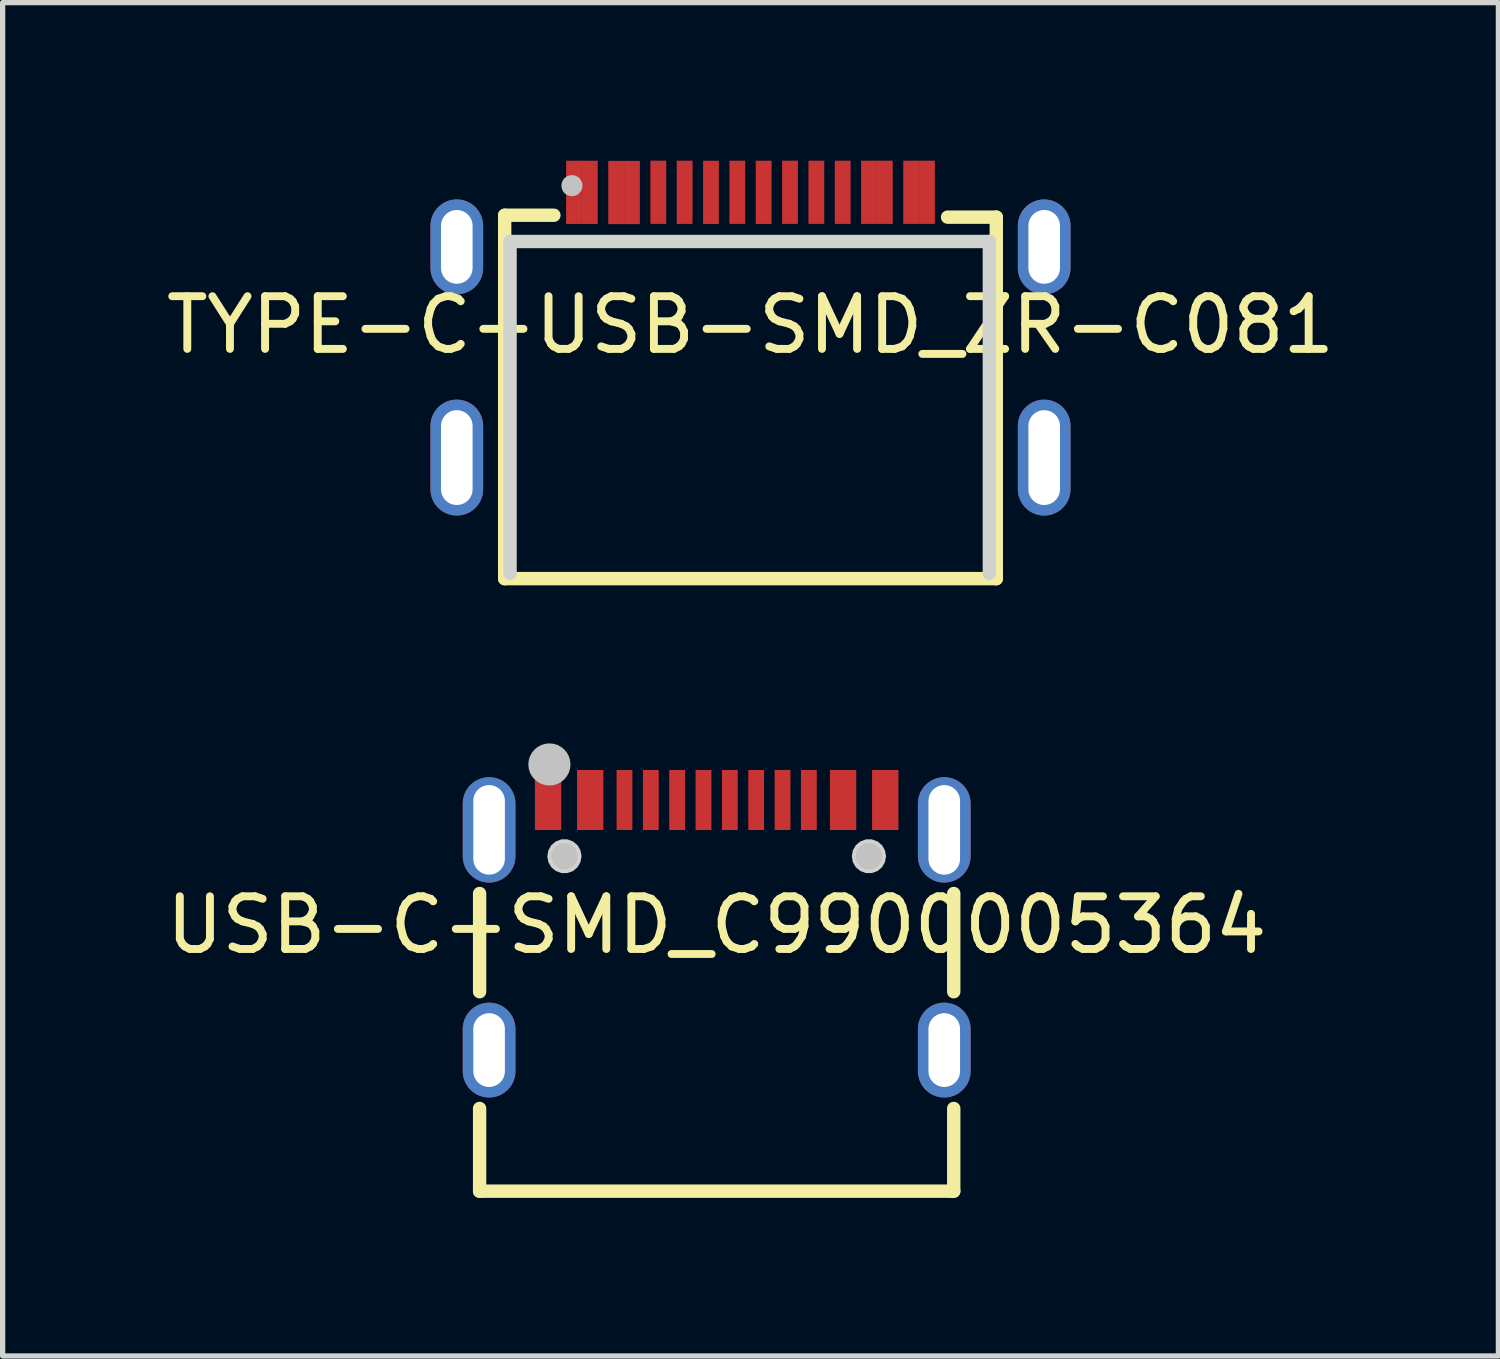
<source format=kicad_pcb>
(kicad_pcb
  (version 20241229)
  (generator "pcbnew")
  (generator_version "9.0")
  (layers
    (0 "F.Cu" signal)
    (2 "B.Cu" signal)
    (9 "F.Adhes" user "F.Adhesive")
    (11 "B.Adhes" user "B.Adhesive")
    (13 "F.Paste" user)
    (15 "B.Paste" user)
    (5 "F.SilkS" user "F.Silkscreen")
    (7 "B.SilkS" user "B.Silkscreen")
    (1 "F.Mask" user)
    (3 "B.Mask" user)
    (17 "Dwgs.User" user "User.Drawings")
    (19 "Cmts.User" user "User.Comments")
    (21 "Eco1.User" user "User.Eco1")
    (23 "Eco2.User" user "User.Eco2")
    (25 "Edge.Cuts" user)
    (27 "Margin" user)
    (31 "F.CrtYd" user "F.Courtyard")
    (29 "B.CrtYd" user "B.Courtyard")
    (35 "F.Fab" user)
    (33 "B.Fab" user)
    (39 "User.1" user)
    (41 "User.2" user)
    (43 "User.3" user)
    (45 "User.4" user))
  (footprint "USB-C-SMD_C9900005364"
    (layer "F.Cu")
    (at 10.554 14.509)
    (property "Reference" "USB-C-SMD_C9900005364" (at 0 0 0) (layer "F.SilkS") (effects (font (size 1 1) (thickness 0.15))))
    (fp_line (start -4.5 1.266) (end -4.5 -0.598) (stroke (width 0.254) (type default)) (layer "F.SilkS"))
    (fp_line (start -4.5 3.482) (end -4.5 5.052) (stroke (width 0.254) (type default)) (layer "F.SilkS"))
    (fp_line (start -4.5 5.052) (end 4.445 5.052) (stroke (width 0.254) (type default)) (layer "F.SilkS"))
    (fp_line (start 4.445 5.052) (end 4.5 5.052) (stroke (width 0.254) (type default)) (layer "F.SilkS"))
    (fp_line (start 4.5 1.266) (end 4.5 -0.598) (stroke (width 0.254) (type default)) (layer "F.SilkS"))
    (fp_line (start 4.5 5.052) (end 4.5 3.482) (stroke (width 0.254) (type default)) (layer "F.SilkS"))
    (fp_poly (pts (xy -3.45 -2.943) (xy -2.95 -2.943) (xy -2.95 -1.803) (xy -3.45 -1.803)) (stroke (width 0) (type default)) (fill yes) (layer "F.Paste"))
    (fp_poly (pts (xy -2.65 -2.943) (xy -2.15 -2.943) (xy -2.15 -1.803) (xy -2.65 -1.803)) (stroke (width 0) (type default)) (fill yes) (layer "F.Paste"))
    (fp_poly (pts (xy -1.9 -2.944) (xy -1.6 -2.944) (xy -1.6 -1.804) (xy -1.9 -1.804)) (stroke (width 0) (type default)) (fill yes) (layer "F.Paste"))
    (fp_poly (pts (xy -1.4 -2.943) (xy -1.1 -2.943) (xy -1.1 -1.803) (xy -1.4 -1.803)) (stroke (width 0) (type default)) (fill yes) (layer "F.Paste"))
    (fp_poly (pts (xy -0.9 -2.943) (xy -0.6 -2.943) (xy -0.6 -1.803) (xy -0.9 -1.803)) (stroke (width 0) (type default)) (fill yes) (layer "F.Paste"))
    (fp_poly (pts (xy -0.4 -2.943) (xy -0.1 -2.943) (xy -0.1 -1.803) (xy -0.4 -1.803)) (stroke (width 0) (type default)) (fill yes) (layer "F.Paste"))
    (fp_poly (pts (xy 0.1 -2.943) (xy 0.4 -2.943) (xy 0.4 -1.803) (xy 0.1 -1.803)) (stroke (width 0) (type default)) (fill yes) (layer "F.Paste"))
    (fp_poly (pts (xy 0.6 -2.943) (xy 0.9 -2.943) (xy 0.9 -1.803) (xy 0.6 -1.803)) (stroke (width 0) (type default)) (fill yes) (layer "F.Paste"))
    (fp_poly (pts (xy 1.099 -2.944) (xy 1.399 -2.944) (xy 1.399 -1.804) (xy 1.099 -1.804)) (stroke (width 0) (type default)) (fill yes) (layer "F.Paste"))
    (fp_poly (pts (xy 1.6 -2.943) (xy 1.9 -2.943) (xy 1.9 -1.803) (xy 1.6 -1.803)) (stroke (width 0) (type default)) (fill yes) (layer "F.Paste"))
    (fp_poly (pts (xy 2.15 -2.943) (xy 2.65 -2.943) (xy 2.65 -1.803) (xy 2.15 -1.803)) (stroke (width 0) (type default)) (fill yes) (layer "F.Paste"))
    (fp_poly (pts (xy 2.95 -2.943) (xy 3.45 -2.943) (xy 3.45 -1.803) (xy 2.95 -1.803)) (stroke (width 0) (type default)) (fill yes) (layer "F.Paste"))
    (fp_poly (pts (arc (start -4.82 -2.306) (mid -4.32 -2.806) (end -3.82 -2.306)) (arc (start -3.82 -1.306) (mid -4.32 -0.806) (end -4.82 -1.306))) (stroke (width 0) (type default)) (fill yes) (layer "F.Paste"))
    (fp_poly (pts (arc (start -4.82 1.974) (mid -4.32 1.474) (end -3.82 1.974)) (arc (start -3.82 2.774) (mid -4.32 3.274) (end -4.82 2.774))) (stroke (width 0) (type default)) (fill yes) (layer "F.Paste"))
    (fp_poly (pts (arc (start 3.82 -2.306) (mid 4.32 -2.806) (end 4.82 -2.306)) (arc (start 4.82 -1.306) (mid 4.32 -0.806) (end 3.82 -1.306))) (stroke (width 0) (type default)) (fill yes) (layer "F.Paste"))
    (fp_poly (pts (arc (start 3.82 1.974) (mid 4.32 1.474) (end 4.82 1.974)) (arc (start 4.82 2.774) (mid 4.32 3.274) (end 3.82 2.774))) (stroke (width 0) (type default)) (fill yes) (layer "F.Paste"))
    (fp_circle (center -3.175 -3.048) (end -2.975 -3.048) (stroke (width 0.4) (type default)) (fill no) (layer "Dwgs.User"))
    (fp_circle (center -2.89 -1.306) (end -2.765 -1.306) (stroke (width 0.25) (type default)) (fill no) (layer "Dwgs.User"))
    (fp_circle (center 2.89 -1.306) (end 3.015 -1.306) (stroke (width 0.25) (type default)) (fill no) (layer "Dwgs.User"))
    (fp_poly (pts (xy -2.565 -1.306) (xy -2.585 -1.417) (xy -2.641 -1.515) (xy -2.728 -1.587) (xy -2.834 -1.626) (xy -2.946 -1.626) (xy -3.053 -1.587) (xy -3.139 -1.515) (xy -3.195 -1.417) (xy -3.215 -1.306) (xy -3.195 -1.195) (xy -3.139 -1.097) (xy -3.053 -1.025) (xy -2.946 -0.986) (xy -2.834 -0.986) (xy -2.728 -1.025) (xy -2.641 -1.097) (xy -2.585 -1.195)) (stroke (width 0) (type default)) (fill yes) (layer "Edge.Cuts"))
    (fp_poly (pts (xy 3.215 -1.306) (xy 3.195 -1.417) (xy 3.139 -1.515) (xy 3.053 -1.587) (xy 2.946 -1.626) (xy 2.834 -1.626) (xy 2.728 -1.587) (xy 2.641 -1.515) (xy 2.585 -1.417) (xy 2.565 -1.306) (xy 2.585 -1.195) (xy 2.641 -1.097) (xy 2.728 -1.025) (xy 2.834 -0.986) (xy 2.946 -0.986) (xy 3.053 -1.025) (xy 3.139 -1.097) (xy 3.195 -1.195)) (stroke (width 0) (type default)) (fill yes) (layer "Edge.Cuts"))
    (fp_poly (pts (xy -4.47 -2.356) (xy -4.17 -2.356) (xy -4.17 -1.306) (xy -4.47 -1.306)) (stroke (width 0.1) (type default)) (fill no) (layer "User.1"))
    (fp_poly (pts (xy -4.47 1.974) (xy -4.17 1.974) (xy -4.17 2.774) (xy -4.47 2.774)) (stroke (width 0.1) (type default)) (fill no) (layer "User.1"))
    (fp_poly (pts (xy -3.4 -2.616) (xy -3 -2.616) (xy -3 -2.116) (xy -3.4 -2.116)) (stroke (width 0.1) (type default)) (fill no) (layer "User.1"))
    (fp_poly (pts (xy -2.6 -2.616) (xy -2.2 -2.616) (xy -2.2 -2.116) (xy -2.6 -2.116)) (stroke (width 0.1) (type default)) (fill no) (layer "User.1"))
    (fp_poly (pts (xy -1.85 -2.616) (xy -1.65 -2.616) (xy -1.65 -2.116) (xy -1.85 -2.116)) (stroke (width 0.1) (type default)) (fill no) (layer "User.1"))
    (fp_poly (pts (xy -1.35 -2.616) (xy -1.15 -2.616) (xy -1.15 -2.116) (xy -1.35 -2.116)) (stroke (width 0.1) (type default)) (fill no) (layer "User.1"))
    (fp_poly (pts (xy -0.85 -2.616) (xy -0.65 -2.616) (xy -0.65 -2.116) (xy -0.85 -2.116)) (stroke (width 0.1) (type default)) (fill no) (layer "User.1"))
    (fp_poly (pts (xy -0.35 -2.616) (xy -0.15 -2.616) (xy -0.15 -2.116) (xy -0.35 -2.116)) (stroke (width 0.1) (type default)) (fill no) (layer "User.1"))
    (fp_poly (pts (xy 0.15 -2.616) (xy 0.35 -2.616) (xy 0.35 -2.116) (xy 0.15 -2.116)) (stroke (width 0.1) (type default)) (fill no) (layer "User.1"))
    (fp_poly (pts (xy 0.65 -2.616) (xy 0.85 -2.616) (xy 0.85 -2.116) (xy 0.65 -2.116)) (stroke (width 0.1) (type default)) (fill no) (layer "User.1"))
    (fp_poly (pts (xy 1.149 -2.616) (xy 1.349 -2.616) (xy 1.349 -2.116) (xy 1.149 -2.116)) (stroke (width 0.1) (type default)) (fill no) (layer "User.1"))
    (fp_poly (pts (xy 1.65 -2.616) (xy 1.85 -2.616) (xy 1.85 -2.116) (xy 1.65 -2.116)) (stroke (width 0.1) (type default)) (fill no) (layer "User.1"))
    (fp_poly (pts (xy 2.2 -2.616) (xy 2.6 -2.616) (xy 2.6 -2.116) (xy 2.2 -2.116)) (stroke (width 0.1) (type default)) (fill no) (layer "User.1"))
    (fp_poly (pts (xy 3 -2.616) (xy 3.4 -2.616) (xy 3.4 -2.116) (xy 3 -2.116)) (stroke (width 0.1) (type default)) (fill no) (layer "User.1"))
    (fp_poly (pts (xy 4.17 -2.356) (xy 4.47 -2.356) (xy 4.47 -1.306) (xy 4.17 -1.306)) (stroke (width 0.1) (type default)) (fill no) (layer "User.1"))
    (fp_poly (pts (xy 4.17 1.974) (xy 4.47 1.974) (xy 4.47 2.774) (xy 4.17 2.774)) (stroke (width 0.1) (type default)) (fill no) (layer "User.1"))
    (fp_line (start -4.47 -2.356) (end 4.47 -2.356) (stroke (width 0.051) (type default)) (layer "User.2"))
    (fp_line (start -4.47 4.964) (end -4.47 -2.356) (stroke (width 0.051) (type default)) (layer "User.2"))
    (fp_line (start 4.47 -2.356) (end 4.47 4.964) (stroke (width 0.051) (type default)) (layer "User.2"))
    (fp_line (start 4.47 4.964) (end -4.47 4.964) (stroke (width 0.051) (type default)) (layer "User.2"))
    (fp_poly (pts (xy -4.41 -2.616) (xy -4.428 -2.658) (xy -4.47 -2.676) (xy -4.512 -2.658) (xy -4.53 -2.616) (xy -4.512 -2.574) (xy -4.47 -2.556) (xy -4.428 -2.574)) (stroke (width 0.1) (type default)) (fill no) (layer "User.3"))
    (pad "1" thru_hole oval (at -4.32 -1.806) (size 1 2) (drill oval 0.6 1.7) (layers "*.Cu" "*.Mask"))
    (pad "1" thru_hole oval (at -4.32 2.374) (size 1 1.8) (drill oval 0.6 1.4) (layers "*.Cu" "*.Mask"))
    (pad "1" thru_hole oval (at 4.32 -1.806) (size 1 2) (drill oval 0.6 1.7) (layers "*.Cu" "*.Mask"))
    (pad "1" thru_hole oval (at 4.32 2.374) (size 1 1.8) (drill oval 0.6 1.4) (layers "*.Cu" "*.Mask"))
    (pad "A1B12" smd rect (at -3.2 -2.373) (size 0.5 1.14) (layers "F.Cu" "F.Mask" "F.Paste"))
    (pad "A4B9" smd rect (at -2.4 -2.373) (size 0.5 1.14) (layers "F.Cu" "F.Mask" "F.Paste"))
    (pad "A5" smd rect (at -1.25 -2.373) (size 0.3 1.14) (layers "F.Cu" "F.Mask" "F.Paste"))
    (pad "A6" smd rect (at -0.25 -2.373) (size 0.3 1.14) (layers "F.Cu" "F.Mask" "F.Paste"))
    (pad "A7" smd rect (at 0.25 -2.373) (size 0.3 1.14) (layers "F.Cu" "F.Mask" "F.Paste"))
    (pad "A8" smd rect (at 1.25 -2.374) (size 0.3 1.14) (layers "F.Cu" "F.Mask" "F.Paste"))
    (pad "B1A12" smd rect (at 3.2 -2.373) (size 0.5 1.14) (layers "F.Cu" "F.Mask" "F.Paste"))
    (pad "B4A9" smd rect (at 2.4 -2.373) (size 0.5 1.14) (layers "F.Cu" "F.Mask" "F.Paste"))
    (pad "B5" smd rect (at 1.75 -2.373) (size 0.3 1.14) (layers "F.Cu" "F.Mask" "F.Paste"))
    (pad "B6" smd rect (at 0.75 -2.373) (size 0.3 1.14) (layers "F.Cu" "F.Mask" "F.Paste"))
    (pad "B7" smd rect (at -0.75 -2.373) (size 0.3 1.14) (layers "F.Cu" "F.Mask" "F.Paste"))
    (pad "B8" smd rect (at -1.75 -2.374) (size 0.3 1.14) (layers "F.Cu" "F.Mask" "F.Paste")))
  (footprint "TYPE-C-USB-SMD_ZR-C081"
    (layer "F.Cu")
    (at 11.196 3.118)
    (property "Reference" "TYPE-C-USB-SMD_ZR-C081" (at 0 0 0) (layer "F.SilkS") (effects (font (size 1 1) (thickness 0.15))))
    (fp_line (start -4.666 -2.082) (end -4.666 4.816) (stroke (width 0.254) (type default)) (layer "F.SilkS"))
    (fp_line (start -4.666 4.816) (end 4.666 4.816) (stroke (width 0.254) (type default)) (layer "F.SilkS"))
    (fp_line (start -3.732 -2.082) (end -4.666 -2.082) (stroke (width 0.254) (type default)) (layer "F.SilkS"))
    (fp_line (start 4.666 -2.046) (end 3.741 -2.046) (stroke (width 0.254) (type default)) (layer "F.SilkS"))
    (fp_line (start 4.666 4.816) (end 4.666 -2.046) (stroke (width 0.254) (type default)) (layer "F.SilkS"))
    (fp_poly (pts (xy -3.5 -3.116) (xy -2.9 -3.116) (xy -2.9 -1.917) (xy -3.5 -1.917)) (stroke (width 0) (type default)) (fill yes) (layer "F.Paste"))
    (fp_poly (pts (xy -2.7 -3.114) (xy -2.1 -3.114) (xy -2.1 -1.914) (xy -2.7 -1.914)) (stroke (width 0) (type default)) (fill yes) (layer "F.Paste"))
    (fp_poly (pts (xy -1.9 -3.118) (xy -1.6 -3.118) (xy -1.6 -1.917) (xy -1.9 -1.917)) (stroke (width 0) (type default)) (fill yes) (layer "F.Paste"))
    (fp_poly (pts (xy -1.4 -3.118) (xy -1.1 -3.118) (xy -1.1 -1.917) (xy -1.4 -1.917)) (stroke (width 0) (type default)) (fill yes) (layer "F.Paste"))
    (fp_poly (pts (xy -0.9 -3.116) (xy -0.6 -3.116) (xy -0.6 -1.916) (xy -0.9 -1.916)) (stroke (width 0) (type default)) (fill yes) (layer "F.Paste"))
    (fp_poly (pts (xy -0.4 -3.118) (xy -0.1 -3.118) (xy -0.1 -1.917) (xy -0.4 -1.917)) (stroke (width 0) (type default)) (fill yes) (layer "F.Paste"))
    (fp_poly (pts (xy 0.1 -3.116) (xy 0.4 -3.116) (xy 0.4 -1.916) (xy 0.1 -1.916)) (stroke (width 0) (type default)) (fill yes) (layer "F.Paste"))
    (fp_poly (pts (xy 0.6 -3.118) (xy 0.9 -3.118) (xy 0.9 -1.917) (xy 0.6 -1.917)) (stroke (width 0) (type default)) (fill yes) (layer "F.Paste"))
    (fp_poly (pts (xy 1.099 -3.118) (xy 1.399 -3.118) (xy 1.399 -1.917) (xy 1.099 -1.917)) (stroke (width 0) (type default)) (fill yes) (layer "F.Paste"))
    (fp_poly (pts (xy 1.6 -3.118) (xy 1.9 -3.118) (xy 1.9 -1.917) (xy 1.6 -1.917)) (stroke (width 0) (type default)) (fill yes) (layer "F.Paste"))
    (fp_poly (pts (xy 2.1 -3.118) (xy 2.7 -3.118) (xy 2.7 -1.918) (xy 2.1 -1.918)) (stroke (width 0) (type default)) (fill yes) (layer "F.Paste"))
    (fp_poly (pts (xy 2.9 -3.118) (xy 3.5 -3.118) (xy 3.5 -1.918) (xy 2.9 -1.918)) (stroke (width 0) (type default)) (fill yes) (layer "F.Paste"))
    (fp_poly (pts (arc (start -6.075 -1.8825) (mid -5.575 -2.3825) (end -5.075 -1.8825)) (arc (start -5.075 -1.0825) (mid -5.575 -0.5825) (end -6.075 -1.0825))) (stroke (width 0) (type default)) (fill yes) (layer "F.Paste"))
    (fp_poly (pts (arc (start -6.075 1.9175) (mid -5.575 1.4175) (end -5.075 1.9175)) (arc (start -5.075 3.1175) (mid -5.575 3.6175) (end -6.075 3.1175))) (stroke (width 0) (type default)) (fill yes) (layer "F.Paste"))
    (fp_poly (pts (arc (start 5.075 -1.8825) (mid 5.575 -2.3825) (end 6.075 -1.8825)) (arc (start 6.075 -1.0825) (mid 5.575 -0.5825) (end 5.075 -1.0825))) (stroke (width 0) (type default)) (fill yes) (layer "F.Paste"))
    (fp_poly (pts (arc (start 5.075 1.9175) (mid 5.575 1.4175) (end 6.075 1.9175)) (arc (start 6.075 3.1175) (mid 5.575 3.6175) (end 5.075 3.1175))) (stroke (width 0) (type default)) (fill yes) (layer "F.Paste"))
    (fp_circle (center -3.389 -2.644) (end -3.289 -2.644) (stroke (width 0.2) (type default)) (fill no) (layer "Dwgs.User"))
    (fp_line (start -4.564 -1.584) (end -4.564 4.718) (stroke (width 0.254) (type default)) (layer "Edge.Cuts"))
    (fp_line (start 4.534 -1.584) (end -4.564 -1.584) (stroke (width 0.254) (type default)) (layer "Edge.Cuts"))
    (fp_line (start 4.534 4.718) (end 4.534 -1.584) (stroke (width 0.254) (type default)) (layer "Edge.Cuts"))
    (fp_poly (pts (xy -5.725 1.917) (xy -5.425 1.917) (xy -5.425 3.118) (xy -5.725 3.118)) (stroke (width 0.1) (type default)) (fill no) (layer "User.1"))
    (fp_poly (pts (xy -5.425 -1.083) (xy -5.725 -1.083) (xy -5.725 -1.883) (xy -5.425 -1.883)) (stroke (width 0.1) (type default)) (fill no) (layer "User.1"))
    (fp_poly (pts (xy -4.2 -1.083) (xy -5.725 -1.083) (xy -5.725 -1.883) (xy -4.2 -1.883)) (stroke (width 0.1) (type default)) (fill no) (layer "User.1"))
    (fp_poly (pts (xy -4.2 3.118) (xy -5.725 3.118) (xy -5.725 1.917) (xy -4.2 1.917)) (stroke (width 0.1) (type default)) (fill no) (layer "User.1"))
    (fp_poly (pts (xy -3.45 -2.882) (xy -3.25 -2.882) (xy -3.25 -1.782) (xy -3.45 -1.782)) (stroke (width 0.1) (type default)) (fill no) (layer "User.1"))
    (fp_poly (pts (xy -3.15 -2.882) (xy -2.95 -2.882) (xy -2.95 -1.782) (xy -3.15 -1.782)) (stroke (width 0.1) (type default)) (fill no) (layer "User.1"))
    (fp_poly (pts (xy -2.65 -2.882) (xy -2.45 -2.882) (xy -2.45 -1.782) (xy -2.65 -1.782)) (stroke (width 0.1) (type default)) (fill no) (layer "User.1"))
    (fp_poly (pts (xy -2.35 -2.882) (xy -2.15 -2.882) (xy -2.15 -1.782) (xy -2.35 -1.782)) (stroke (width 0.1) (type default)) (fill no) (layer "User.1"))
    (fp_poly (pts (xy -1.85 -2.882) (xy -1.65 -2.882) (xy -1.65 -1.782) (xy -1.85 -1.782)) (stroke (width 0.1) (type default)) (fill no) (layer "User.1"))
    (fp_poly (pts (xy -1.35 -2.882) (xy -1.15 -2.882) (xy -1.15 -1.782) (xy -1.35 -1.782)) (stroke (width 0.1) (type default)) (fill no) (layer "User.1"))
    (fp_poly (pts (xy -0.85 -2.882) (xy -0.65 -2.882) (xy -0.65 -1.782) (xy -0.85 -1.782)) (stroke (width 0.1) (type default)) (fill no) (layer "User.1"))
    (fp_poly (pts (xy -0.35 -2.882) (xy -0.15 -2.882) (xy -0.15 -1.782) (xy -0.35 -1.782)) (stroke (width 0.1) (type default)) (fill no) (layer "User.1"))
    (fp_poly (pts (xy 0.15 -2.882) (xy 0.35 -2.882) (xy 0.35 -1.782) (xy 0.15 -1.782)) (stroke (width 0.1) (type default)) (fill no) (layer "User.1"))
    (fp_poly (pts (xy 0.65 -2.882) (xy 0.85 -2.882) (xy 0.85 -1.782) (xy 0.65 -1.782)) (stroke (width 0.1) (type default)) (fill no) (layer "User.1"))
    (fp_poly (pts (xy 1.149 -2.882) (xy 1.349 -2.882) (xy 1.349 -1.782) (xy 1.149 -1.782)) (stroke (width 0.1) (type default)) (fill no) (layer "User.1"))
    (fp_poly (pts (xy 1.65 -2.882) (xy 1.85 -2.882) (xy 1.85 -1.782) (xy 1.65 -1.782)) (stroke (width 0.1) (type default)) (fill no) (layer "User.1"))
    (fp_poly (pts (xy 2.15 -2.882) (xy 2.35 -2.882) (xy 2.35 -1.782) (xy 2.15 -1.782)) (stroke (width 0.1) (type default)) (fill no) (layer "User.1"))
    (fp_poly (pts (xy 2.45 -2.882) (xy 2.65 -2.882) (xy 2.65 -1.782) (xy 2.45 -1.782)) (stroke (width 0.1) (type default)) (fill no) (layer "User.1"))
    (fp_poly (pts (xy 2.95 -2.882) (xy 3.15 -2.882) (xy 3.15 -1.782) (xy 2.95 -1.782)) (stroke (width 0.1) (type default)) (fill no) (layer "User.1"))
    (fp_poly (pts (xy 3.25 -2.882) (xy 3.45 -2.882) (xy 3.45 -1.782) (xy 3.25 -1.782)) (stroke (width 0.1) (type default)) (fill no) (layer "User.1"))
    (fp_poly (pts (xy 4.2 -1.883) (xy 5.725 -1.883) (xy 5.725 -1.083) (xy 4.2 -1.083)) (stroke (width 0.1) (type default)) (fill no) (layer "User.1"))
    (fp_poly (pts (xy 4.2 1.917) (xy 5.725 1.917) (xy 5.725 3.118) (xy 4.2 3.118)) (stroke (width 0.1) (type default)) (fill no) (layer "User.1"))
    (fp_poly (pts (xy 5.425 -1.883) (xy 5.725 -1.883) (xy 5.725 -1.083) (xy 5.425 -1.083)) (stroke (width 0.1) (type default)) (fill no) (layer "User.1"))
    (fp_poly (pts (xy 5.425 1.917) (xy 5.725 1.917) (xy 5.725 3.118) (xy 5.425 3.118)) (stroke (width 0.1) (type default)) (fill no) (layer "User.1"))
    (fp_line (start -4.47 -1.883) (end 4.47 -1.883) (stroke (width 0.051) (type default)) (layer "User.2"))
    (fp_line (start -4.47 4.617) (end -4.47 -1.883) (stroke (width 0.051) (type default)) (layer "User.2"))
    (fp_line (start 4.47 -1.883) (end 4.47 4.617) (stroke (width 0.051) (type default)) (layer "User.2"))
    (fp_line (start 4.47 4.617) (end -4.47 4.617) (stroke (width 0.051) (type default)) (layer "User.2"))
    (fp_poly (pts (xy -5.665 -2.882) (xy -5.683 -2.925) (xy -5.725 -2.942) (xy -5.767 -2.925) (xy -5.785 -2.882) (xy -5.767 -2.84) (xy -5.725 -2.822) (xy -5.683 -2.84)) (stroke (width 0.1) (type default)) (fill no) (layer "User.3"))
    (pad "17" thru_hole oval (at -5.575 -1.482) (size 1 1.8) (drill oval 0.6 1.4) (layers "*.Cu" "*.Mask"))
    (pad "17" thru_hole oval (at -5.575 2.518) (size 1 2.2) (drill oval 0.6 1.8) (layers "*.Cu" "*.Mask"))
    (pad "17" thru_hole oval (at 5.575 -1.482) (size 1 1.8) (drill oval 0.6 1.4) (layers "*.Cu" "*.Mask"))
    (pad "17" thru_hole oval (at 5.575 2.518) (size 1 2.2) (drill oval 0.6 1.8) (layers "*.Cu" "*.Mask"))
    (pad "A1" smd rect (at -3.35 -2.517) (size 0.3 1.2) (layers "F.Cu" "F.Mask" "F.Paste"))
    (pad "A4" smd rect (at -2.55 -2.514) (size 0.3 1.2) (layers "F.Cu" "F.Mask" "F.Paste"))
    (pad "A5" smd rect (at -1.25 -2.518) (size 0.3 1.2) (layers "F.Cu" "F.Mask" "F.Paste"))
    (pad "A6" smd rect (at -0.25 -2.518) (size 0.3 1.2) (layers "F.Cu" "F.Mask" "F.Paste"))
    (pad "A7" smd rect (at 0.25 -2.517) (size 0.3 1.2) (layers "F.Cu" "F.Mask" "F.Paste"))
    (pad "A8" smd rect (at 1.25 -2.518) (size 0.3 1.2) (layers "F.Cu" "F.Mask" "F.Paste"))
    (pad "A9" smd rect (at 2.55 -2.518) (size 0.3 1.2) (layers "F.Cu" "F.Mask" "F.Paste"))
    (pad "A12" smd rect (at 3.35 -2.518) (size 0.3 1.2) (layers "F.Cu" "F.Mask" "F.Paste"))
    (pad "B1" smd rect (at 3.05 -2.518) (size 0.3 1.2) (layers "F.Cu" "F.Mask" "F.Paste"))
    (pad "B4" smd rect (at 2.25 -2.518) (size 0.3 1.2) (layers "F.Cu" "F.Mask" "F.Paste"))
    (pad "B5" smd rect (at 1.75 -2.518) (size 0.3 1.2) (layers "F.Cu" "F.Mask" "F.Paste"))
    (pad "B6" smd rect (at 0.75 -2.518) (size 0.3 1.2) (layers "F.Cu" "F.Mask" "F.Paste"))
    (pad "B7" smd rect (at -0.75 -2.517) (size 0.3 1.2) (layers "F.Cu" "F.Mask" "F.Paste"))
    (pad "B8" smd rect (at -1.75 -2.518) (size 0.3 1.2) (layers "F.Cu" "F.Mask" "F.Paste"))
    (pad "B9" smd rect (at -2.25 -2.514) (size 0.3 1.2) (layers "F.Cu" "F.Mask" "F.Paste"))
    (pad "B12" smd rect (at -3.05 -2.517) (size 0.3 1.2) (layers "F.Cu" "F.Mask" "F.Paste")))
  (gr_rect
    (start -3 -3)
    (end 25.393 22.689)
    (stroke (width 0.1) (type default))
    (fill no)
    (layer "Edge.Cuts")))
</source>
